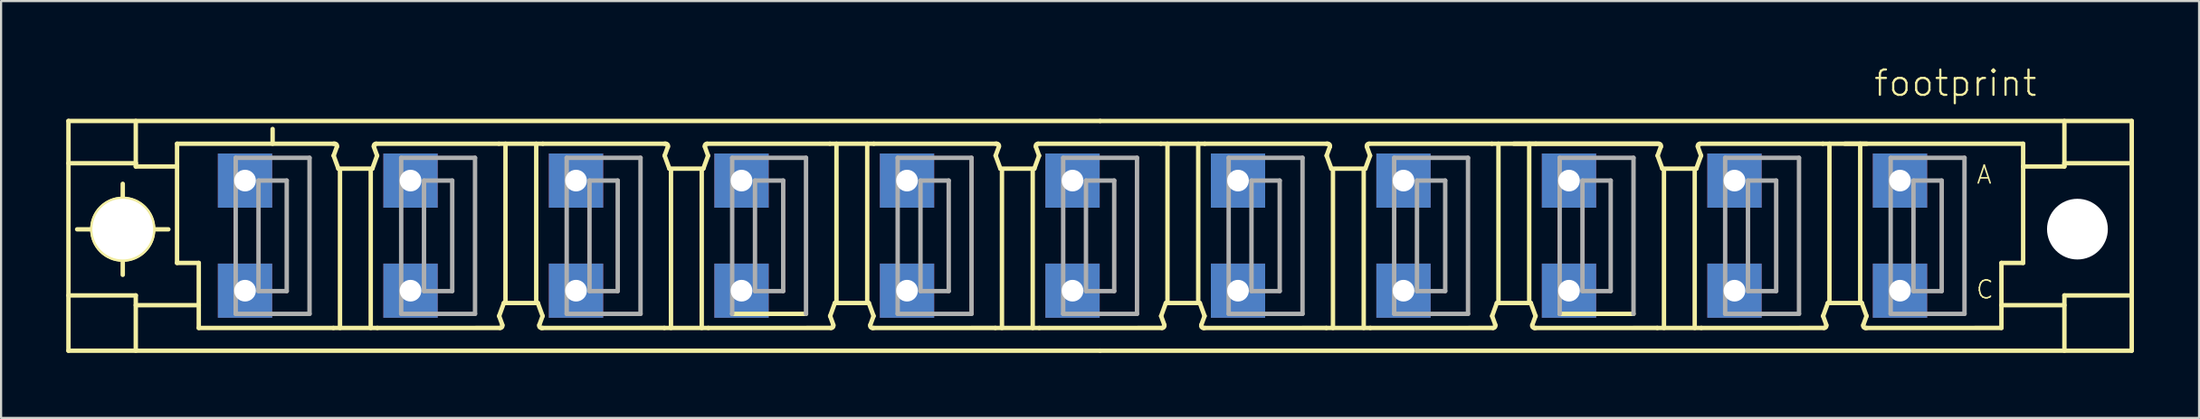
<source format=kicad_pcb>
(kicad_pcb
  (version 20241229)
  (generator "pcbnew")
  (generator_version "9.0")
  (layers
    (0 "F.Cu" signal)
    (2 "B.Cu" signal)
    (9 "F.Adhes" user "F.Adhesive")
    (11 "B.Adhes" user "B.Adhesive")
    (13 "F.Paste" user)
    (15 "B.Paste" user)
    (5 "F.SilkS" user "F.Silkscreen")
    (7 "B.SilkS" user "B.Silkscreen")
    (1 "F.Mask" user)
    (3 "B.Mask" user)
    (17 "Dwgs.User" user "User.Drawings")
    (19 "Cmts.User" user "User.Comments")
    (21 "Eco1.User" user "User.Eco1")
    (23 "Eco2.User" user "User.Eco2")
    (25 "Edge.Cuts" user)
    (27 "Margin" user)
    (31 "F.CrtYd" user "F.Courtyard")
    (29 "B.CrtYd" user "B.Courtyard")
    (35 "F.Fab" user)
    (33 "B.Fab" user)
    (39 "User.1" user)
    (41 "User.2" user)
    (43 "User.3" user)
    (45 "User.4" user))
  (footprint "footprint"
    (layer "F.Cu")
    (at 46.332 7.823)
    (property "Reference" "footprint" (at 36.83 -6.35 0) (layer "F.SilkS") (effects (font (size 1.168 1.168) (thickness 0.102)) (justify left bottom)))
    (fp_line (start -46.23 -5.291) (end -46.23 5.309) (stroke (width 0.203) (type solid)) (layer "F.SilkS"))
    (fp_line (start -46.23 -3.341) (end -43.13 -3.341) (stroke (width 0.203) (type solid)) (layer "F.SilkS"))
    (fp_line (start -46.23 2.759) (end -43.13 2.759) (stroke (width 0.203) (type solid)) (layer "F.SilkS"))
    (fp_line (start -46.23 5.309) (end 1.27 5.309) (stroke (width 0.203) (type solid)) (layer "F.SilkS"))
    (fp_line (start -43.73 1.809) (end -43.73 -2.391) (stroke (width 0.203) (type solid)) (layer "F.SilkS"))
    (fp_line (start -43.13 -3.341) (end -43.13 -5.291) (stroke (width 0.203) (type solid)) (layer "F.SilkS"))
    (fp_line (start -43.13 -3.341) (end -43.13 -3.191) (stroke (width 0.203) (type solid)) (layer "F.SilkS"))
    (fp_line (start -43.13 2.759) (end -43.13 5.309) (stroke (width 0.203) (type solid)) (layer "F.SilkS"))
    (fp_line (start -41.63 -0.291) (end -45.83 -0.291) (stroke (width 0.203) (type solid)) (layer "F.SilkS"))
    (fp_line (start -41.23 -4.241) (end -34.021 -4.241) (stroke (width 0.203) (type solid)) (layer "F.SilkS"))
    (fp_line (start -41.23 -3.191) (end -43.13 -3.191) (stroke (width 0.203) (type solid)) (layer "F.SilkS"))
    (fp_line (start -41.23 1.259) (end -41.23 -4.241) (stroke (width 0.203) (type solid)) (layer "F.SilkS"))
    (fp_line (start -41.23 1.259) (end -40.23 1.259) (stroke (width 0.203) (type solid)) (layer "F.SilkS"))
    (fp_line (start -40.23 1.259) (end -40.23 4.259) (stroke (width 0.203) (type solid)) (layer "F.SilkS"))
    (fp_line (start -40.23 3.209) (end -43.13 3.209) (stroke (width 0.203) (type solid)) (layer "F.SilkS"))
    (fp_line (start -40.23 4.259) (end -34.031 4.259) (stroke (width 0.203) (type solid)) (layer "F.SilkS"))
    (fp_line (start -36.83 -4.921) (end -36.83 -4.241) (stroke (width 0.203) (type solid)) (layer "F.SilkS"))
    (fp_line (start -34.031 4.259) (end -32.009 4.259) (stroke (width 0.203) (type solid)) (layer "F.SilkS"))
    (fp_line (start -34.02 -3.691) (end -33.869 -4.107) (stroke (width 0.203) (type solid)) (layer "F.SilkS"))
    (fp_line (start -34.02 -3.691) (end -33.802 -3.091) (stroke (width 0.203) (type solid)) (layer "F.SilkS"))
    (fp_line (start -33.963 -4.241) (end -34.021 -4.241) (stroke (width 0.203) (type solid)) (layer "F.SilkS"))
    (fp_line (start -33.802 -3.091) (end -32.238 -3.091) (stroke (width 0.203) (type solid)) (layer "F.SilkS"))
    (fp_line (start -33.728 -3.041) (end -33.728 4.259) (stroke (width 0.203) (type solid)) (layer "F.SilkS"))
    (fp_line (start -32.312 4.259) (end -32.312 -3.041) (stroke (width 0.203) (type solid)) (layer "F.SilkS"))
    (fp_line (start -32.238 -3.091) (end -32.02 -3.691) (stroke (width 0.203) (type solid)) (layer "F.SilkS"))
    (fp_line (start -32.059 -4.241) (end -26.411 -4.241) (stroke (width 0.203) (type solid)) (layer "F.SilkS"))
    (fp_line (start -32.02 -3.691) (end -32.171 -4.107) (stroke (width 0.203) (type solid)) (layer "F.SilkS"))
    (fp_line (start -32.009 4.259) (end -26.361 4.258) (stroke (width 0.203) (type solid)) (layer "F.SilkS"))
    (fp_line (start -26.4 3.709) (end -26.249 4.125) (stroke (width 0.203) (type solid)) (layer "F.SilkS"))
    (fp_line (start -26.182 3.109) (end -26.4 3.709) (stroke (width 0.203) (type solid)) (layer "F.SilkS"))
    (fp_line (start -26.108 -4.241) (end -26.108 3.059) (stroke (width 0.203) (type solid)) (layer "F.SilkS"))
    (fp_line (start -24.692 3.059) (end -24.692 -4.241) (stroke (width 0.203) (type solid)) (layer "F.SilkS"))
    (fp_line (start -24.618 3.109) (end -26.182 3.109) (stroke (width 0.203) (type solid)) (layer "F.SilkS"))
    (fp_line (start -24.457 4.259) (end -24.399 4.259) (stroke (width 0.203) (type solid)) (layer "F.SilkS"))
    (fp_line (start -24.4 3.709) (end -24.618 3.109) (stroke (width 0.203) (type solid)) (layer "F.SilkS"))
    (fp_line (start -24.4 3.709) (end -24.551 4.125) (stroke (width 0.203) (type solid)) (layer "F.SilkS"))
    (fp_line (start -24.399 4.259) (end -18.791 4.258) (stroke (width 0.203) (type solid)) (layer "F.SilkS"))
    (fp_line (start -24.389 -4.241) (end -26.411 -4.241) (stroke (width 0.203) (type solid)) (layer "F.SilkS"))
    (fp_line (start -24.389 -4.241) (end -18.781 -4.241) (stroke (width 0.203) (type solid)) (layer "F.SilkS"))
    (fp_line (start -18.791 4.259) (end -16.769 4.259) (stroke (width 0.203) (type solid)) (layer "F.SilkS"))
    (fp_line (start -18.78 -3.691) (end -18.629 -4.107) (stroke (width 0.203) (type solid)) (layer "F.SilkS"))
    (fp_line (start -18.78 -3.691) (end -18.562 -3.091) (stroke (width 0.203) (type solid)) (layer "F.SilkS"))
    (fp_line (start -18.723 -4.241) (end -18.781 -4.241) (stroke (width 0.203) (type solid)) (layer "F.SilkS"))
    (fp_line (start -18.562 -3.091) (end -16.998 -3.091) (stroke (width 0.203) (type solid)) (layer "F.SilkS"))
    (fp_line (start -18.488 -3.041) (end -18.488 4.259) (stroke (width 0.203) (type solid)) (layer "F.SilkS"))
    (fp_line (start -17.072 4.259) (end -17.072 -3.041) (stroke (width 0.203) (type solid)) (layer "F.SilkS"))
    (fp_line (start -16.998 -3.091) (end -16.78 -3.691) (stroke (width 0.203) (type solid)) (layer "F.SilkS"))
    (fp_line (start -16.819 -4.241) (end -11.171 -4.241) (stroke (width 0.203) (type solid)) (layer "F.SilkS"))
    (fp_line (start -16.78 -3.691) (end -16.931 -4.107) (stroke (width 0.203) (type solid)) (layer "F.SilkS"))
    (fp_line (start -16.769 4.259) (end -11.121 4.258) (stroke (width 0.203) (type solid)) (layer "F.SilkS"))
    (fp_line (start -15.67 3.609) (end -12.27 3.609) (stroke (width 0.203) (type solid)) (layer "F.SilkS"))
    (fp_line (start -11.16 3.709) (end -11.009 4.125) (stroke (width 0.203) (type solid)) (layer "F.SilkS"))
    (fp_line (start -10.942 3.109) (end -11.16 3.709) (stroke (width 0.203) (type solid)) (layer "F.SilkS"))
    (fp_line (start -10.868 -4.241) (end -10.868 3.059) (stroke (width 0.203) (type solid)) (layer "F.SilkS"))
    (fp_line (start -9.452 3.059) (end -9.452 -4.241) (stroke (width 0.203) (type solid)) (layer "F.SilkS"))
    (fp_line (start -9.378 3.109) (end -10.942 3.109) (stroke (width 0.203) (type solid)) (layer "F.SilkS"))
    (fp_line (start -9.217 4.259) (end -9.159 4.259) (stroke (width 0.203) (type solid)) (layer "F.SilkS"))
    (fp_line (start -9.16 3.709) (end -9.378 3.109) (stroke (width 0.203) (type solid)) (layer "F.SilkS"))
    (fp_line (start -9.16 3.709) (end -9.311 4.125) (stroke (width 0.203) (type solid)) (layer "F.SilkS"))
    (fp_line (start -9.159 4.259) (end -3.551 4.258) (stroke (width 0.203) (type solid)) (layer "F.SilkS"))
    (fp_line (start -9.149 -4.241) (end -11.171 -4.241) (stroke (width 0.203) (type solid)) (layer "F.SilkS"))
    (fp_line (start -9.149 -4.241) (end -3.541 -4.241) (stroke (width 0.203) (type solid)) (layer "F.SilkS"))
    (fp_line (start -3.551 4.259) (end -1.529 4.259) (stroke (width 0.203) (type solid)) (layer "F.SilkS"))
    (fp_line (start -3.54 -3.691) (end -3.389 -4.107) (stroke (width 0.203) (type solid)) (layer "F.SilkS"))
    (fp_line (start -3.54 -3.691) (end -3.322 -3.091) (stroke (width 0.203) (type solid)) (layer "F.SilkS"))
    (fp_line (start -3.483 -4.241) (end -3.541 -4.241) (stroke (width 0.203) (type solid)) (layer "F.SilkS"))
    (fp_line (start -3.322 -3.091) (end -1.758 -3.091) (stroke (width 0.203) (type solid)) (layer "F.SilkS"))
    (fp_line (start -3.248 -3.041) (end -3.248 4.259) (stroke (width 0.203) (type solid)) (layer "F.SilkS"))
    (fp_line (start -1.832 4.259) (end -1.832 -3.041) (stroke (width 0.203) (type solid)) (layer "F.SilkS"))
    (fp_line (start -1.758 -3.091) (end -1.54 -3.691) (stroke (width 0.203) (type solid)) (layer "F.SilkS"))
    (fp_line (start -1.579 -4.241) (end 4.069 -4.241) (stroke (width 0.203) (type solid)) (layer "F.SilkS"))
    (fp_line (start -1.54 -3.691) (end -1.691 -4.107) (stroke (width 0.203) (type solid)) (layer "F.SilkS"))
    (fp_line (start -1.529 4.259) (end 4.119 4.258) (stroke (width 0.203) (type solid)) (layer "F.SilkS"))
    (fp_line (start 1.27 -5.291) (end -46.23 -5.291) (stroke (width 0.203) (type solid)) (layer "F.SilkS"))
    (fp_line (start 1.27 5.309) (end 48.77 5.309) (stroke (width 0.203) (type solid)) (layer "F.SilkS"))
    (fp_line (start 4.08 3.709) (end 4.231 4.125) (stroke (width 0.203) (type solid)) (layer "F.SilkS"))
    (fp_line (start 4.298 3.109) (end 4.08 3.709) (stroke (width 0.203) (type solid)) (layer "F.SilkS"))
    (fp_line (start 4.372 -4.241) (end 4.372 3.059) (stroke (width 0.203) (type solid)) (layer "F.SilkS"))
    (fp_line (start 5.788 3.059) (end 5.788 -4.241) (stroke (width 0.203) (type solid)) (layer "F.SilkS"))
    (fp_line (start 5.862 3.109) (end 4.298 3.109) (stroke (width 0.203) (type solid)) (layer "F.SilkS"))
    (fp_line (start 6.023 4.259) (end 6.081 4.259) (stroke (width 0.203) (type solid)) (layer "F.SilkS"))
    (fp_line (start 6.08 3.709) (end 5.862 3.109) (stroke (width 0.203) (type solid)) (layer "F.SilkS"))
    (fp_line (start 6.08 3.709) (end 5.929 4.125) (stroke (width 0.203) (type solid)) (layer "F.SilkS"))
    (fp_line (start 6.081 4.259) (end 11.689 4.258) (stroke (width 0.203) (type solid)) (layer "F.SilkS"))
    (fp_line (start 6.091 -4.241) (end 4.069 -4.241) (stroke (width 0.203) (type solid)) (layer "F.SilkS"))
    (fp_line (start 6.091 -4.241) (end 11.699 -4.241) (stroke (width 0.203) (type solid)) (layer "F.SilkS"))
    (fp_line (start 11.689 4.259) (end 13.711 4.259) (stroke (width 0.203) (type solid)) (layer "F.SilkS"))
    (fp_line (start 11.7 -3.691) (end 11.851 -4.107) (stroke (width 0.203) (type solid)) (layer "F.SilkS"))
    (fp_line (start 11.7 -3.691) (end 11.918 -3.091) (stroke (width 0.203) (type solid)) (layer "F.SilkS"))
    (fp_line (start 11.757 -4.241) (end 11.699 -4.241) (stroke (width 0.203) (type solid)) (layer "F.SilkS"))
    (fp_line (start 11.918 -3.091) (end 13.482 -3.091) (stroke (width 0.203) (type solid)) (layer "F.SilkS"))
    (fp_line (start 11.992 -3.041) (end 11.992 4.259) (stroke (width 0.203) (type solid)) (layer "F.SilkS"))
    (fp_line (start 13.408 4.259) (end 13.408 -3.041) (stroke (width 0.203) (type solid)) (layer "F.SilkS"))
    (fp_line (start 13.482 -3.091) (end 13.7 -3.691) (stroke (width 0.203) (type solid)) (layer "F.SilkS"))
    (fp_line (start 13.661 -4.241) (end 19.309 -4.241) (stroke (width 0.203) (type solid)) (layer "F.SilkS"))
    (fp_line (start 13.7 -3.691) (end 13.549 -4.107) (stroke (width 0.203) (type solid)) (layer "F.SilkS"))
    (fp_line (start 13.711 4.259) (end 19.359 4.258) (stroke (width 0.203) (type solid)) (layer "F.SilkS"))
    (fp_line (start 19.32 3.709) (end 19.471 4.125) (stroke (width 0.203) (type solid)) (layer "F.SilkS"))
    (fp_line (start 19.538 3.109) (end 19.32 3.709) (stroke (width 0.203) (type solid)) (layer "F.SilkS"))
    (fp_line (start 19.612 -4.241) (end 19.612 3.059) (stroke (width 0.203) (type solid)) (layer "F.SilkS"))
    (fp_line (start 21.028 3.059) (end 21.028 -4.241) (stroke (width 0.203) (type solid)) (layer "F.SilkS"))
    (fp_line (start 21.102 3.109) (end 19.538 3.109) (stroke (width 0.203) (type solid)) (layer "F.SilkS"))
    (fp_line (start 21.263 4.259) (end 21.321 4.259) (stroke (width 0.203) (type solid)) (layer "F.SilkS"))
    (fp_line (start 21.32 3.709) (end 21.102 3.109) (stroke (width 0.203) (type solid)) (layer "F.SilkS"))
    (fp_line (start 21.32 3.709) (end 21.169 4.125) (stroke (width 0.203) (type solid)) (layer "F.SilkS"))
    (fp_line (start 21.321 4.259) (end 26.929 4.258) (stroke (width 0.203) (type solid)) (layer "F.SilkS"))
    (fp_line (start 21.331 -4.241) (end 19.309 -4.241) (stroke (width 0.203) (type solid)) (layer "F.SilkS"))
    (fp_line (start 21.331 -4.241) (end 26.929 -4.241) (stroke (width 0.203) (type solid)) (layer "F.SilkS"))
    (fp_line (start 22.43 3.609) (end 25.83 3.609) (stroke (width 0.203) (type solid)) (layer "F.SilkS"))
    (fp_line (start 26.929 4.259) (end 28.951 4.259) (stroke (width 0.203) (type solid)) (layer "F.SilkS"))
    (fp_line (start 26.94 -3.691) (end 27.091 -4.107) (stroke (width 0.203) (type solid)) (layer "F.SilkS"))
    (fp_line (start 26.94 -3.691) (end 27.158 -3.091) (stroke (width 0.203) (type solid)) (layer "F.SilkS"))
    (fp_line (start 26.997 -4.241) (end 20.32 -4.241) (stroke (width 0.203) (type solid)) (layer "F.SilkS"))
    (fp_line (start 27.158 -3.091) (end 28.722 -3.091) (stroke (width 0.203) (type solid)) (layer "F.SilkS"))
    (fp_line (start 27.232 -3.041) (end 27.232 4.259) (stroke (width 0.203) (type solid)) (layer "F.SilkS"))
    (fp_line (start 28.648 4.259) (end 28.648 -3.041) (stroke (width 0.203) (type solid)) (layer "F.SilkS"))
    (fp_line (start 28.722 -3.091) (end 28.94 -3.691) (stroke (width 0.203) (type solid)) (layer "F.SilkS"))
    (fp_line (start 28.901 -4.241) (end 34.549 -4.241) (stroke (width 0.203) (type solid)) (layer "F.SilkS"))
    (fp_line (start 28.94 -3.691) (end 28.789 -4.107) (stroke (width 0.203) (type solid)) (layer "F.SilkS"))
    (fp_line (start 28.951 4.259) (end 34.599 4.258) (stroke (width 0.203) (type solid)) (layer "F.SilkS"))
    (fp_line (start 34.56 3.709) (end 34.711 4.125) (stroke (width 0.203) (type solid)) (layer "F.SilkS"))
    (fp_line (start 34.778 3.109) (end 34.56 3.709) (stroke (width 0.203) (type solid)) (layer "F.SilkS"))
    (fp_line (start 34.852 -4.241) (end 34.852 3.059) (stroke (width 0.203) (type solid)) (layer "F.SilkS"))
    (fp_line (start 36.268 3.059) (end 36.268 -4.241) (stroke (width 0.203) (type solid)) (layer "F.SilkS"))
    (fp_line (start 36.342 3.109) (end 34.778 3.109) (stroke (width 0.203) (type solid)) (layer "F.SilkS"))
    (fp_line (start 36.503 4.259) (end 36.561 4.259) (stroke (width 0.203) (type solid)) (layer "F.SilkS"))
    (fp_line (start 36.56 3.709) (end 36.342 3.109) (stroke (width 0.203) (type solid)) (layer "F.SilkS"))
    (fp_line (start 36.56 3.709) (end 36.409 4.125) (stroke (width 0.203) (type solid)) (layer "F.SilkS"))
    (fp_line (start 36.561 4.259) (end 42.77 4.258) (stroke (width 0.203) (type solid)) (layer "F.SilkS"))
    (fp_line (start 36.571 -4.241) (end 34.549 -4.241) (stroke (width 0.203) (type solid)) (layer "F.SilkS"))
    (fp_line (start 42.77 1.259) (end 43.77 1.259) (stroke (width 0.203) (type solid)) (layer "F.SilkS"))
    (fp_line (start 42.77 3.209) (end 45.67 3.209) (stroke (width 0.203) (type solid)) (layer "F.SilkS"))
    (fp_line (start 42.77 4.258) (end 42.77 1.259) (stroke (width 0.203) (type solid)) (layer "F.SilkS"))
    (fp_line (start 43.77 -4.241) (end 35.56 -4.241) (stroke (width 0.203) (type solid)) (layer "F.SilkS"))
    (fp_line (start 43.77 -3.191) (end 45.67 -3.191) (stroke (width 0.203) (type solid)) (layer "F.SilkS"))
    (fp_line (start 43.77 1.259) (end 43.77 -4.241) (stroke (width 0.203) (type solid)) (layer "F.SilkS"))
    (fp_line (start 45.67 -3.341) (end 45.67 -5.291) (stroke (width 0.203) (type solid)) (layer "F.SilkS"))
    (fp_line (start 45.67 -3.341) (end 45.67 -3.191) (stroke (width 0.203) (type solid)) (layer "F.SilkS"))
    (fp_line (start 45.67 2.759) (end 45.67 5.309) (stroke (width 0.203) (type solid)) (layer "F.SilkS"))
    (fp_line (start 48.77 -5.291) (end 1.27 -5.291) (stroke (width 0.203) (type solid)) (layer "F.SilkS"))
    (fp_line (start 48.77 -3.341) (end 45.67 -3.341) (stroke (width 0.203) (type solid)) (layer "F.SilkS"))
    (fp_line (start 48.77 2.759) (end 45.67 2.759) (stroke (width 0.203) (type solid)) (layer "F.SilkS"))
    (fp_line (start 48.77 5.309) (end 48.77 -5.291) (stroke (width 0.203) (type solid)) (layer "F.SilkS"))
    (fp_arc (start -33.962601 -4.241199) (mid -33.880677 -4.198562) (end -33.8686 -4.107) (stroke (width 0.2032) (type solid)) (layer "F.SilkS"))
    (fp_arc (start -32.163201 -4.106999) (mid -32.148096 -4.202683) (end -32.059 -4.2407) (stroke (width 0.2032) (type solid)) (layer "F.SilkS"))
    (fp_arc (start -26.256798 4.1246) (mid -26.271903 4.220283) (end -26.361 4.2583) (stroke (width 0.2032) (type solid)) (layer "F.SilkS"))
    (fp_arc (start -24.4573 4.258899) (mid -24.539306 4.216252) (end -24.5513 4.1246) (stroke (width 0.2032) (type solid)) (layer "F.SilkS"))
    (fp_arc (start -18.722601 -4.241199) (mid -18.640677 -4.198562) (end -18.6286 -4.107) (stroke (width 0.2032) (type solid)) (layer "F.SilkS"))
    (fp_arc (start -16.923201 -4.106999) (mid -16.908096 -4.202683) (end -16.819 -4.2407) (stroke (width 0.2032) (type solid)) (layer "F.SilkS"))
    (fp_arc (start -11.016798 4.1246) (mid -11.031903 4.220283) (end -11.121 4.2583) (stroke (width 0.2032) (type solid)) (layer "F.SilkS"))
    (fp_arc (start -9.2173 4.258899) (mid -9.299306 4.216252) (end -9.3113 4.1246) (stroke (width 0.2032) (type solid)) (layer "F.SilkS"))
    (fp_arc (start -3.482601 -4.241199) (mid -3.400677 -4.198562) (end -3.3886 -4.107) (stroke (width 0.2032) (type solid)) (layer "F.SilkS"))
    (fp_arc (start -1.683201 -4.106999) (mid -1.668096 -4.202683) (end -1.579 -4.2407) (stroke (width 0.2032) (type solid)) (layer "F.SilkS"))
    (fp_arc (start 4.223099 4.124599) (mid 4.208022 4.220236) (end 4.119 4.2583) (stroke (width 0.2032) (type solid)) (layer "F.SilkS"))
    (fp_arc (start 6.022701 4.258799) (mid 5.940777 4.216162) (end 5.9287 4.1246) (stroke (width 0.2032) (type solid)) (layer "F.SilkS"))
    (fp_arc (start 11.7573 -4.2412) (mid 11.839295 -4.198603) (end 11.8514 -4.107) (stroke (width 0.2032) (type solid)) (layer "F.SilkS"))
    (fp_arc (start 13.556798 -4.107) (mid 13.571903 -4.202683) (end 13.661 -4.2407) (stroke (width 0.2032) (type solid)) (layer "F.SilkS"))
    (fp_arc (start 19.463099 4.124599) (mid 19.448022 4.220236) (end 19.359 4.2583) (stroke (width 0.2032) (type solid)) (layer "F.SilkS"))
    (fp_arc (start 21.262701 4.258799) (mid 21.180777 4.216162) (end 21.1687 4.1246) (stroke (width 0.2032) (type solid)) (layer "F.SilkS"))
    (fp_arc (start 26.997398 -4.2412) (mid 27.079322 -4.198562) (end 27.0914 -4.107) (stroke (width 0.2032) (type solid)) (layer "F.SilkS"))
    (fp_arc (start 28.796798 -4.107) (mid 28.811903 -4.202683) (end 28.901 -4.2407) (stroke (width 0.2032) (type solid)) (layer "F.SilkS"))
    (fp_arc (start 34.703099 4.124599) (mid 34.688022 4.220236) (end 34.599 4.2583) (stroke (width 0.2032) (type solid)) (layer "F.SilkS"))
    (fp_arc (start 36.502701 4.258799) (mid 36.420777 4.216162) (end 36.4087 4.1246) (stroke (width 0.2032) (type solid)) (layer "F.SilkS"))
    (fp_circle (center -43.73 -0.3) (end -42.33 -0.3) (stroke (width 0.203) (type solid)) (fill no) (layer "F.SilkS"))
    (fp_circle (center -43.73 -0.291) (end -42.33 -0.291) (stroke (width 0.203) (type solid)) (fill no) (layer "F.SilkS"))
    (fp_line (start -38.53 -3.591) (end -38.53 3.609) (stroke (width 0.203) (type solid)) (layer "F.Fab"))
    (fp_line (start -38.53 3.609) (end -35.13 3.609) (stroke (width 0.203) (type solid)) (layer "F.Fab"))
    (fp_line (start -37.48 -2.541) (end -37.48 2.559) (stroke (width 0.203) (type solid)) (layer "F.Fab"))
    (fp_line (start -37.48 2.559) (end -36.18 2.559) (stroke (width 0.203) (type solid)) (layer "F.Fab"))
    (fp_line (start -36.18 -2.541) (end -37.48 -2.541) (stroke (width 0.203) (type solid)) (layer "F.Fab"))
    (fp_line (start -36.18 2.559) (end -36.18 -2.541) (stroke (width 0.203) (type solid)) (layer "F.Fab"))
    (fp_line (start -35.13 -3.591) (end -38.53 -3.591) (stroke (width 0.203) (type solid)) (layer "F.Fab"))
    (fp_line (start -35.13 3.609) (end -35.13 -3.591) (stroke (width 0.203) (type solid)) (layer "F.Fab"))
    (fp_line (start -30.91 -3.591) (end -30.91 3.609) (stroke (width 0.203) (type solid)) (layer "F.Fab"))
    (fp_line (start -30.91 3.609) (end -27.51 3.609) (stroke (width 0.203) (type solid)) (layer "F.Fab"))
    (fp_line (start -29.86 -2.541) (end -29.86 2.559) (stroke (width 0.203) (type solid)) (layer "F.Fab"))
    (fp_line (start -29.86 2.559) (end -28.56 2.559) (stroke (width 0.203) (type solid)) (layer "F.Fab"))
    (fp_line (start -28.56 -2.541) (end -29.86 -2.541) (stroke (width 0.203) (type solid)) (layer "F.Fab"))
    (fp_line (start -28.56 2.559) (end -28.56 -2.541) (stroke (width 0.203) (type solid)) (layer "F.Fab"))
    (fp_line (start -27.51 -3.591) (end -30.91 -3.591) (stroke (width 0.203) (type solid)) (layer "F.Fab"))
    (fp_line (start -27.51 3.609) (end -27.51 -3.591) (stroke (width 0.203) (type solid)) (layer "F.Fab"))
    (fp_line (start -23.29 -3.591) (end -23.29 3.609) (stroke (width 0.203) (type solid)) (layer "F.Fab"))
    (fp_line (start -23.29 3.609) (end -19.89 3.609) (stroke (width 0.203) (type solid)) (layer "F.Fab"))
    (fp_line (start -22.24 -2.541) (end -22.24 2.559) (stroke (width 0.203) (type solid)) (layer "F.Fab"))
    (fp_line (start -22.24 2.559) (end -20.94 2.559) (stroke (width 0.203) (type solid)) (layer "F.Fab"))
    (fp_line (start -20.94 -2.541) (end -22.24 -2.541) (stroke (width 0.203) (type solid)) (layer "F.Fab"))
    (fp_line (start -20.94 2.559) (end -20.94 -2.541) (stroke (width 0.203) (type solid)) (layer "F.Fab"))
    (fp_line (start -19.89 -3.591) (end -23.29 -3.591) (stroke (width 0.203) (type solid)) (layer "F.Fab"))
    (fp_line (start -19.89 3.609) (end -19.89 -3.591) (stroke (width 0.203) (type solid)) (layer "F.Fab"))
    (fp_line (start -15.67 -3.591) (end -15.67 3.609) (stroke (width 0.203) (type solid)) (layer "F.Fab"))
    (fp_line (start -14.62 -2.541) (end -14.62 2.559) (stroke (width 0.203) (type solid)) (layer "F.Fab"))
    (fp_line (start -14.62 2.559) (end -13.32 2.559) (stroke (width 0.203) (type solid)) (layer "F.Fab"))
    (fp_line (start -13.32 -2.541) (end -14.62 -2.541) (stroke (width 0.203) (type solid)) (layer "F.Fab"))
    (fp_line (start -13.32 2.559) (end -13.32 -2.541) (stroke (width 0.203) (type solid)) (layer "F.Fab"))
    (fp_line (start -12.27 -3.591) (end -15.67 -3.591) (stroke (width 0.203) (type solid)) (layer "F.Fab"))
    (fp_line (start -12.27 3.609) (end -12.27 -3.591) (stroke (width 0.203) (type solid)) (layer "F.Fab"))
    (fp_line (start -8.05 -3.591) (end -8.05 3.609) (stroke (width 0.203) (type solid)) (layer "F.Fab"))
    (fp_line (start -8.05 3.609) (end -4.65 3.609) (stroke (width 0.203) (type solid)) (layer "F.Fab"))
    (fp_line (start -7 -2.541) (end -7 2.559) (stroke (width 0.203) (type solid)) (layer "F.Fab"))
    (fp_line (start -7 2.559) (end -5.7 2.559) (stroke (width 0.203) (type solid)) (layer "F.Fab"))
    (fp_line (start -5.7 -2.541) (end -7 -2.541) (stroke (width 0.203) (type solid)) (layer "F.Fab"))
    (fp_line (start -5.7 2.559) (end -5.7 -2.541) (stroke (width 0.203) (type solid)) (layer "F.Fab"))
    (fp_line (start -4.65 -3.591) (end -8.05 -3.591) (stroke (width 0.203) (type solid)) (layer "F.Fab"))
    (fp_line (start -4.65 3.609) (end -4.65 -3.591) (stroke (width 0.203) (type solid)) (layer "F.Fab"))
    (fp_line (start -0.43 -3.591) (end -0.43 3.609) (stroke (width 0.203) (type solid)) (layer "F.Fab"))
    (fp_line (start -0.43 3.609) (end 2.97 3.609) (stroke (width 0.203) (type solid)) (layer "F.Fab"))
    (fp_line (start 0.62 -2.541) (end 0.62 2.559) (stroke (width 0.203) (type solid)) (layer "F.Fab"))
    (fp_line (start 0.62 2.559) (end 1.92 2.559) (stroke (width 0.203) (type solid)) (layer "F.Fab"))
    (fp_line (start 1.92 -2.541) (end 0.62 -2.541) (stroke (width 0.203) (type solid)) (layer "F.Fab"))
    (fp_line (start 1.92 2.559) (end 1.92 -2.541) (stroke (width 0.203) (type solid)) (layer "F.Fab"))
    (fp_line (start 2.97 -3.591) (end -0.43 -3.591) (stroke (width 0.203) (type solid)) (layer "F.Fab"))
    (fp_line (start 2.97 3.609) (end 2.97 -3.591) (stroke (width 0.203) (type solid)) (layer "F.Fab"))
    (fp_line (start 7.19 -3.591) (end 7.19 3.609) (stroke (width 0.203) (type solid)) (layer "F.Fab"))
    (fp_line (start 7.19 3.609) (end 10.59 3.609) (stroke (width 0.203) (type solid)) (layer "F.Fab"))
    (fp_line (start 8.24 -2.541) (end 8.24 2.559) (stroke (width 0.203) (type solid)) (layer "F.Fab"))
    (fp_line (start 8.24 2.559) (end 9.54 2.559) (stroke (width 0.203) (type solid)) (layer "F.Fab"))
    (fp_line (start 9.54 -2.541) (end 8.24 -2.541) (stroke (width 0.203) (type solid)) (layer "F.Fab"))
    (fp_line (start 9.54 2.559) (end 9.54 -2.541) (stroke (width 0.203) (type solid)) (layer "F.Fab"))
    (fp_line (start 10.59 -3.591) (end 7.19 -3.591) (stroke (width 0.203) (type solid)) (layer "F.Fab"))
    (fp_line (start 10.59 3.609) (end 10.59 -3.591) (stroke (width 0.203) (type solid)) (layer "F.Fab"))
    (fp_line (start 14.81 -3.591) (end 14.81 3.609) (stroke (width 0.203) (type solid)) (layer "F.Fab"))
    (fp_line (start 14.81 3.609) (end 18.21 3.609) (stroke (width 0.203) (type solid)) (layer "F.Fab"))
    (fp_line (start 15.86 -2.541) (end 15.86 2.559) (stroke (width 0.203) (type solid)) (layer "F.Fab"))
    (fp_line (start 15.86 2.559) (end 17.16 2.559) (stroke (width 0.203) (type solid)) (layer "F.Fab"))
    (fp_line (start 17.16 -2.541) (end 15.86 -2.541) (stroke (width 0.203) (type solid)) (layer "F.Fab"))
    (fp_line (start 17.16 2.559) (end 17.16 -2.541) (stroke (width 0.203) (type solid)) (layer "F.Fab"))
    (fp_line (start 18.21 -3.591) (end 14.81 -3.591) (stroke (width 0.203) (type solid)) (layer "F.Fab"))
    (fp_line (start 18.21 3.609) (end 18.21 -3.591) (stroke (width 0.203) (type solid)) (layer "F.Fab"))
    (fp_line (start 22.43 -3.591) (end 22.43 3.609) (stroke (width 0.203) (type solid)) (layer "F.Fab"))
    (fp_line (start 23.48 -2.541) (end 23.48 2.559) (stroke (width 0.203) (type solid)) (layer "F.Fab"))
    (fp_line (start 23.48 2.559) (end 24.78 2.559) (stroke (width 0.203) (type solid)) (layer "F.Fab"))
    (fp_line (start 24.78 -2.541) (end 23.48 -2.541) (stroke (width 0.203) (type solid)) (layer "F.Fab"))
    (fp_line (start 24.78 2.559) (end 24.78 -2.541) (stroke (width 0.203) (type solid)) (layer "F.Fab"))
    (fp_line (start 25.83 -3.591) (end 22.43 -3.591) (stroke (width 0.203) (type solid)) (layer "F.Fab"))
    (fp_line (start 25.83 3.609) (end 25.83 -3.591) (stroke (width 0.203) (type solid)) (layer "F.Fab"))
    (fp_line (start 30.05 -3.591) (end 30.05 3.609) (stroke (width 0.203) (type solid)) (layer "F.Fab"))
    (fp_line (start 30.05 3.609) (end 33.45 3.609) (stroke (width 0.203) (type solid)) (layer "F.Fab"))
    (fp_line (start 31.1 -2.541) (end 31.1 2.559) (stroke (width 0.203) (type solid)) (layer "F.Fab"))
    (fp_line (start 31.1 2.559) (end 32.4 2.559) (stroke (width 0.203) (type solid)) (layer "F.Fab"))
    (fp_line (start 32.4 -2.541) (end 31.1 -2.541) (stroke (width 0.203) (type solid)) (layer "F.Fab"))
    (fp_line (start 32.4 2.559) (end 32.4 -2.541) (stroke (width 0.203) (type solid)) (layer "F.Fab"))
    (fp_line (start 33.45 -3.591) (end 30.05 -3.591) (stroke (width 0.203) (type solid)) (layer "F.Fab"))
    (fp_line (start 33.45 3.609) (end 33.45 -3.591) (stroke (width 0.203) (type solid)) (layer "F.Fab"))
    (fp_line (start 37.67 -3.591) (end 37.67 3.609) (stroke (width 0.203) (type solid)) (layer "F.Fab"))
    (fp_line (start 37.67 3.609) (end 41.07 3.609) (stroke (width 0.203) (type solid)) (layer "F.Fab"))
    (fp_line (start 38.72 -2.541) (end 38.72 2.559) (stroke (width 0.203) (type solid)) (layer "F.Fab"))
    (fp_line (start 38.72 2.559) (end 40.02 2.559) (stroke (width 0.203) (type solid)) (layer "F.Fab"))
    (fp_line (start 40.02 -2.541) (end 38.72 -2.541) (stroke (width 0.203) (type solid)) (layer "F.Fab"))
    (fp_line (start 40.02 2.559) (end 40.02 -2.541) (stroke (width 0.203) (type solid)) (layer "F.Fab"))
    (fp_line (start 41.07 -3.591) (end 37.67 -3.591) (stroke (width 0.203) (type solid)) (layer "F.Fab"))
    (fp_line (start 41.07 3.609) (end 41.07 -3.591) (stroke (width 0.203) (type solid)) (layer "F.Fab"))
    (fp_text user "C " (at 41.55 2.975 0) (layer "F.SilkS") (effects (font (size 0.828 0.828) (thickness 0.072)) (justify left bottom)))
    (fp_text user "A " (at 41.575 -2.325 0) (layer "F.SilkS") (effects (font (size 0.828 0.828) (thickness 0.072)) (justify left bottom)))
    (pad "" np_thru_hole circle (at -43.73 -0.3) (size 2.8 2.8) (drill 2.8) (layers "*.Cu" "*.Mask"))
    (pad "" np_thru_hole circle (at 46.27 -0.3) (size 2.8 2.8) (drill 2.8) (layers "*.Cu" "*.Mask"))
    (pad "A2" thru_hole rect (at 38.1 2.54) (size 2.5 2.5) (drill 1) (layers "*.Cu" "*.Mask"))
    (pad "A5" thru_hole rect (at 30.48 2.54) (size 2.5 2.5) (drill 1) (layers "*.Cu" "*.Mask"))
    (pad "A8" thru_hole rect (at 22.86 2.54) (size 2.5 2.5) (drill 1) (layers "*.Cu" "*.Mask"))
    (pad "A11" thru_hole rect (at 15.24 2.54) (size 2.5 2.5) (drill 1) (layers "*.Cu" "*.Mask"))
    (pad "A14" thru_hole rect (at 7.62 2.54) (size 2.5 2.5) (drill 1) (layers "*.Cu" "*.Mask"))
    (pad "A17" thru_hole rect (at 0 2.54) (size 2.5 2.5) (drill 1) (layers "*.Cu" "*.Mask"))
    (pad "A20" thru_hole rect (at -7.62 2.54) (size 2.5 2.5) (drill 1) (layers "*.Cu" "*.Mask"))
    (pad "A23" thru_hole rect (at -15.24 2.54) (size 2.5 2.5) (drill 1) (layers "*.Cu" "*.Mask"))
    (pad "A26" thru_hole rect (at -22.86 2.54) (size 2.5 2.5) (drill 1) (layers "*.Cu" "*.Mask"))
    (pad "A29" thru_hole rect (at -30.48 2.54) (size 2.5 2.5) (drill 1) (layers "*.Cu" "*.Mask"))
    (pad "A32" thru_hole rect (at -38.1 2.54) (size 2.5 2.5) (drill 1) (layers "*.Cu" "*.Mask"))
    (pad "B2" thru_hole rect (at 38.1 -2.54) (size 2.5 2.5) (drill 1) (layers "*.Cu" "*.Mask"))
    (pad "B5" thru_hole rect (at 30.48 -2.54) (size 2.5 2.5) (drill 1) (layers "*.Cu" "*.Mask"))
    (pad "B8" thru_hole rect (at 22.86 -2.54) (size 2.5 2.5) (drill 1) (layers "*.Cu" "*.Mask"))
    (pad "B11" thru_hole rect (at 15.24 -2.54) (size 2.5 2.5) (drill 1) (layers "*.Cu" "*.Mask"))
    (pad "B14" thru_hole rect (at 7.62 -2.54) (size 2.5 2.5) (drill 1) (layers "*.Cu" "*.Mask"))
    (pad "B17" thru_hole rect (at 0 -2.54) (size 2.5 2.5) (drill 1) (layers "*.Cu" "*.Mask"))
    (pad "B20" thru_hole rect (at -7.62 -2.54) (size 2.5 2.5) (drill 1) (layers "*.Cu" "*.Mask"))
    (pad "B23" thru_hole rect (at -15.24 -2.54) (size 2.5 2.5) (drill 1) (layers "*.Cu" "*.Mask"))
    (pad "B26" thru_hole rect (at -22.86 -2.54) (size 2.5 2.5) (drill 1) (layers "*.Cu" "*.Mask"))
    (pad "B29" thru_hole rect (at -30.48 -2.54) (size 2.5 2.5) (drill 1) (layers "*.Cu" "*.Mask"))
    (pad "B32" thru_hole rect (at -38.1 -2.54) (size 2.5 2.5) (drill 1) (layers "*.Cu" "*.Mask")))
  (gr_rect
    (start -3 -3)
    (end 98.203 16.234)
    (stroke (width 0.1) (type default))
    (fill no)
    (layer "Edge.Cuts")))
</source>
